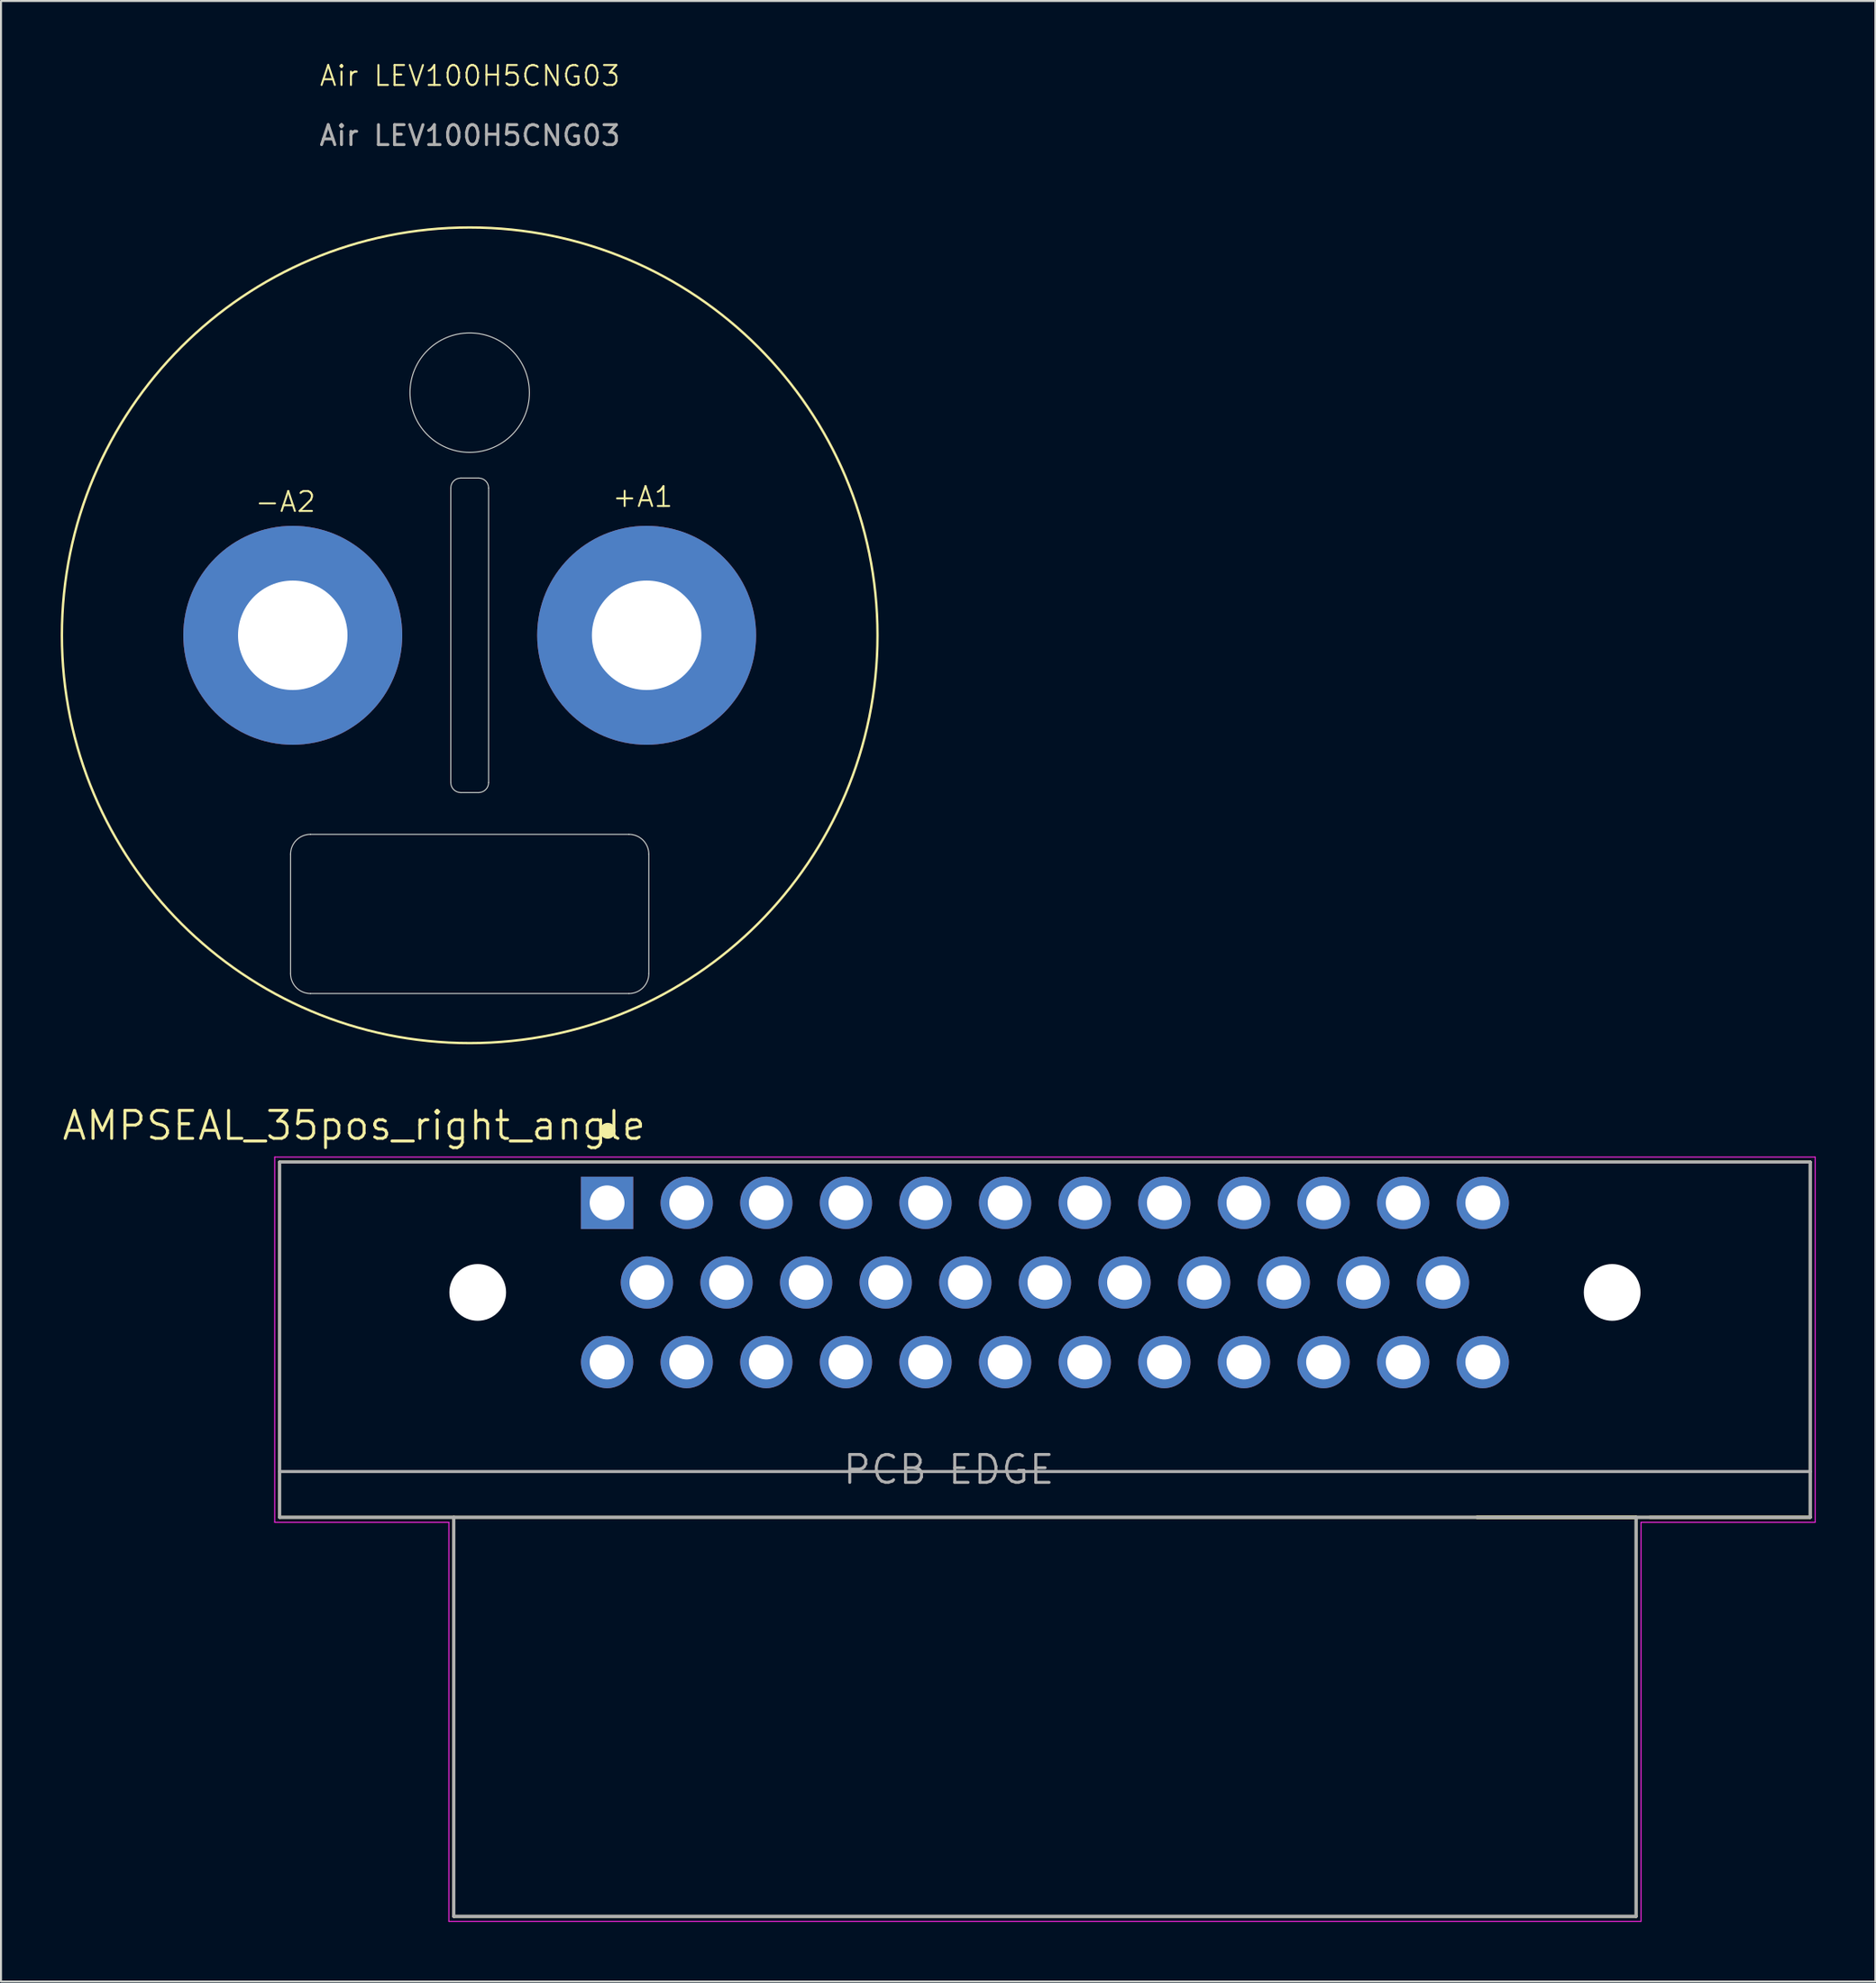
<source format=kicad_pcb>
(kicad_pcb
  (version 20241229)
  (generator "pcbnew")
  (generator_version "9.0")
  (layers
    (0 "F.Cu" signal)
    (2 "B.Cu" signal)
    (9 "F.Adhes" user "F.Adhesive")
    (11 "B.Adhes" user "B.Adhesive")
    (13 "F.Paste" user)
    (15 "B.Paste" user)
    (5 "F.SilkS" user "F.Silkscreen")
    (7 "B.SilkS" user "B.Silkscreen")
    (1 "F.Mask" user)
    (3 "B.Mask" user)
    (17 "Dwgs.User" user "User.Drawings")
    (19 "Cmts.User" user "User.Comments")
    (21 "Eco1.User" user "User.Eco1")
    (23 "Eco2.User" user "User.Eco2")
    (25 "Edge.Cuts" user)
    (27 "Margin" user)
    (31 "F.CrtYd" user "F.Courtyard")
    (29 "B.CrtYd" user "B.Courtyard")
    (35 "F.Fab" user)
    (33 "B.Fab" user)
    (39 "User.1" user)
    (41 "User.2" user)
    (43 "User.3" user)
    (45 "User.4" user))
  (footprint "Air LEV100H5CNG03"
    (layer "F.Cu")
    (at 20.55 28.87)
    (property "Reference" "Air LEV100H5CNG03" (at 0.01 -28.11 0) (unlocked yes) (layer "F.SilkS") (effects (font (size 1 1) (thickness 0.1))))
    (attr through_hole)
    (fp_circle (center 0 0) (end -0.002 -20.49) (stroke (width 0.12) (type default)) (fill no) (layer "F.SilkS"))
    (fp_line (start -9 17) (end -9 11) (stroke (width 0.05) (type default)) (layer "Edge.Cuts"))
    (fp_line (start -8 10) (end 8 10) (stroke (width 0.05) (type default)) (layer "Edge.Cuts"))
    (fp_line (start -0.95 -7.4) (end -0.95 7.4) (stroke (width 0.05) (type default)) (layer "Edge.Cuts"))
    (fp_line (start 0.45 -7.9) (end -0.45 -7.9) (stroke (width 0.05) (type default)) (layer "Edge.Cuts"))
    (fp_line (start 0.45 7.9) (end -0.45 7.9) (stroke (width 0.05) (type default)) (layer "Edge.Cuts"))
    (fp_line (start 0.95 7.4) (end 0.95 -7.4) (stroke (width 0.05) (type default)) (layer "Edge.Cuts"))
    (fp_line (start 8 18) (end -8 18) (stroke (width 0.05) (type default)) (layer "Edge.Cuts"))
    (fp_line (start 9 11) (end 9 17) (stroke (width 0.05) (type default)) (layer "Edge.Cuts"))
    (fp_arc (start -9 11) (mid -8.707107 10.292893) (end -8 10) (stroke (width 0.05) (type default)) (layer "Edge.Cuts"))
    (fp_arc (start -8 18) (mid -8.707107 17.707107) (end -9 17) (stroke (width 0.05) (type default)) (layer "Edge.Cuts"))
    (fp_arc (start -0.95 -7.4) (mid -0.803554 -7.753554) (end -0.45 -7.9) (stroke (width 0.05) (type default)) (layer "Edge.Cuts"))
    (fp_arc (start -0.45 7.9) (mid -0.803554 7.753554) (end -0.95 7.4) (stroke (width 0.05) (type default)) (layer "Edge.Cuts"))
    (fp_arc (start 0.45 -7.9) (mid 0.803554 -7.753554) (end 0.95 -7.4) (stroke (width 0.05) (type default)) (layer "Edge.Cuts"))
    (fp_arc (start 0.95 7.4) (mid 0.803554 7.753554) (end 0.45 7.9) (stroke (width 0.05) (type default)) (layer "Edge.Cuts"))
    (fp_arc (start 8 10) (mid 8.707107 10.292893) (end 9 11) (stroke (width 0.05) (type default)) (layer "Edge.Cuts"))
    (fp_arc (start 9 17) (mid 8.707107 17.707107) (end 8 18) (stroke (width 0.05) (type default)) (layer "Edge.Cuts"))
    (fp_circle (center 0 -12.192) (end 3 -12.192) (stroke (width 0.05) (type default)) (fill no) (layer "Edge.Cuts"))
    (fp_text user "-A2" (at -10.85 -6.12 0) (unlocked yes) (layer "F.SilkS") (effects (font (size 1 1) (thickness 0.1)) (justify left bottom)))
    (fp_text user "+A1" (at 7.1 -6.37 0) (unlocked yes) (layer "F.SilkS") (effects (font (size 1 1) (thickness 0.1)) (justify left bottom)))
    (fp_text user "${REFERENCE}" (at 0.01 -25.11 0) (unlocked yes) (layer "F.Fab") (effects (font (size 1 1) (thickness 0.15))))
    (pad "3" thru_hole circle (at 8.89 0) (size 11 11) (drill 5.5) (layers "*.Cu" "*.Mask") (remove_unused_layers yes) (keep_end_layers yes) (zone_layer_connections))
    (pad "4" thru_hole circle (at -8.89 0) (size 11 11) (drill 5.5) (layers "*.Cu" "*.Mask") (remove_unused_layers yes) (keep_end_layers yes) (zone_layer_connections)))
  (footprint "AMPSEAL_35pos_right_angle"
    (layer "F.Cu")
    (at 49.453 61.387)
    (property "Reference" "AMPSEAL_35pos_right_angle" (at -34.71 -7.883 0) (layer "F.SilkS") (effects (font (size 1.402 1.402) (thickness 0.15))))
    (attr through_hole)
    (fp_line (start -38.45 -6.05) (end -38.45 11.8) (stroke (width 0.152) (type solid)) (layer "F.SilkS"))
    (fp_line (start -38.45 11.8) (end 38.45 11.8) (stroke (width 0.152) (type solid)) (layer "F.SilkS"))
    (fp_line (start -29.7 11.8) (end -29.7 31.85) (stroke (width 0.152) (type solid)) (layer "F.SilkS"))
    (fp_line (start -29.7 31.85) (end 29.7 31.85) (stroke (width 0.152) (type solid)) (layer "F.SilkS"))
    (fp_line (start 29.7 11.799) (end 21.704 11.799) (stroke (width 0.152) (type solid)) (layer "F.SilkS"))
    (fp_line (start 29.7 11.8) (end 21.698 11.8) (stroke (width 0.152) (type solid)) (layer "F.SilkS"))
    (fp_line (start 29.7 11.8) (end 29.7 11.799) (stroke (width 0.152) (type solid)) (layer "F.SilkS"))
    (fp_line (start 29.7 31.85) (end 29.7 11.8) (stroke (width 0.152) (type solid)) (layer "F.SilkS"))
    (fp_line (start 38.45 -6.05) (end -38.45 -6.05) (stroke (width 0.152) (type solid)) (layer "F.SilkS"))
    (fp_line (start 38.45 -6.05) (end 38.45 11.8) (stroke (width 0.152) (type solid)) (layer "F.SilkS"))
    (fp_line (start 38.45 11.8) (end 30.398 11.799) (stroke (width 0.152) (type solid)) (layer "F.SilkS"))
    (fp_circle (center -21.97 -7.62) (end -21.77 -7.62) (stroke (width 0.4) (type solid)) (fill no) (layer "F.SilkS"))
    (fp_line (start -38.7 -6.3) (end -38.7 12.05) (stroke (width 0.05) (type solid)) (layer "F.CrtYd"))
    (fp_line (start -38.7 12.05) (end -29.95 12.05) (stroke (width 0.05) (type solid)) (layer "F.CrtYd"))
    (fp_line (start -29.95 12.05) (end -29.95 32.1) (stroke (width 0.05) (type solid)) (layer "F.CrtYd"))
    (fp_line (start -29.95 32.1) (end 29.95 32.1) (stroke (width 0.05) (type solid)) (layer "F.CrtYd"))
    (fp_line (start 29.95 12.05) (end 38.7 12.05) (stroke (width 0.05) (type solid)) (layer "F.CrtYd"))
    (fp_line (start 29.95 32.1) (end 29.95 12.05) (stroke (width 0.05) (type solid)) (layer "F.CrtYd"))
    (fp_line (start 38.7 -6.3) (end -38.7 -6.3) (stroke (width 0.05) (type solid)) (layer "F.CrtYd"))
    (fp_line (start 38.7 12.05) (end 38.7 -6.3) (stroke (width 0.05) (type solid)) (layer "F.CrtYd"))
    (fp_line (start -38.45 -6.05) (end -38.45 9.5) (stroke (width 0.152) (type solid)) (layer "F.Fab"))
    (fp_line (start -38.45 9.5) (end -38.45 11.8) (stroke (width 0.152) (type solid)) (layer "F.Fab"))
    (fp_line (start -38.45 9.5) (end 38.45 9.5) (stroke (width 0.152) (type solid)) (layer "F.Fab"))
    (fp_line (start -38.45 11.8) (end -29.7 11.8) (stroke (width 0.152) (type solid)) (layer "F.Fab"))
    (fp_line (start -29.7 11.8) (end -29.7 31.85) (stroke (width 0.152) (type solid)) (layer "F.Fab"))
    (fp_line (start -29.7 11.8) (end 29.7 11.8) (stroke (width 0.152) (type solid)) (layer "F.Fab"))
    (fp_line (start -29.7 31.85) (end 29.7 31.85) (stroke (width 0.152) (type solid)) (layer "F.Fab"))
    (fp_line (start 29.7 11.8) (end 38.45 11.8) (stroke (width 0.152) (type solid)) (layer "F.Fab"))
    (fp_line (start 29.7 31.85) (end 29.7 11.8) (stroke (width 0.152) (type solid)) (layer "F.Fab"))
    (fp_line (start 38.45 -6.05) (end -38.45 -6.05) (stroke (width 0.152) (type solid)) (layer "F.Fab"))
    (fp_line (start 38.45 9.5) (end 38.45 -6.05) (stroke (width 0.152) (type solid)) (layer "F.Fab"))
    (fp_line (start 38.45 11.8) (end 38.45 9.5) (stroke (width 0.152) (type solid)) (layer "F.Fab"))
    (fp_text user "PCB EDGE" (at -4.833 9.403 0) (layer "F.Fab") (effects (font (size 1.402 1.402) (thickness 0.15))))
    (pad "" np_thru_hole circle (at -28.5 0.5) (size 2.85 2.85) (drill 2.85) (layers "*.Cu" "*.Mask"))
    (pad "" np_thru_hole circle (at 28.5 0.5) (size 2.85 2.85) (drill 2.85) (layers "*.Cu" "*.Mask"))
    (pad "1" thru_hole rect (at -22 -4) (size 2.625 2.625) (drill 1.75) (layers "*.Cu" "*.Mask"))
    (pad "2" thru_hole circle (at -18 -4) (size 2.625 2.625) (drill 1.75) (layers "*.Cu" "*.Mask"))
    (pad "3" thru_hole circle (at -14 -4) (size 2.625 2.625) (drill 1.75) (layers "*.Cu" "*.Mask"))
    (pad "4" thru_hole circle (at -10 -4) (size 2.625 2.625) (drill 1.75) (layers "*.Cu" "*.Mask"))
    (pad "5" thru_hole circle (at -6 -4) (size 2.625 2.625) (drill 1.75) (layers "*.Cu" "*.Mask"))
    (pad "6" thru_hole circle (at -2 -4) (size 2.625 2.625) (drill 1.75) (layers "*.Cu" "*.Mask"))
    (pad "7" thru_hole circle (at 2 -4) (size 2.625 2.625) (drill 1.75) (layers "*.Cu" "*.Mask"))
    (pad "8" thru_hole circle (at 6 -4) (size 2.625 2.625) (drill 1.75) (layers "*.Cu" "*.Mask"))
    (pad "9" thru_hole circle (at 10 -4) (size 2.625 2.625) (drill 1.75) (layers "*.Cu" "*.Mask"))
    (pad "10" thru_hole circle (at 14 -4) (size 2.625 2.625) (drill 1.75) (layers "*.Cu" "*.Mask"))
    (pad "11" thru_hole circle (at 18 -4) (size 2.625 2.625) (drill 1.75) (layers "*.Cu" "*.Mask"))
    (pad "12" thru_hole circle (at 22 -4) (size 2.625 2.625) (drill 1.75) (layers "*.Cu" "*.Mask"))
    (pad "13" thru_hole circle (at -20 0) (size 2.625 2.625) (drill 1.75) (layers "*.Cu" "*.Mask"))
    (pad "14" thru_hole circle (at -16 0) (size 2.625 2.625) (drill 1.75) (layers "*.Cu" "*.Mask"))
    (pad "15" thru_hole circle (at -12 0) (size 2.625 2.625) (drill 1.75) (layers "*.Cu" "*.Mask"))
    (pad "16" thru_hole circle (at -8 0) (size 2.625 2.625) (drill 1.75) (layers "*.Cu" "*.Mask"))
    (pad "17" thru_hole circle (at -4 0) (size 2.625 2.625) (drill 1.75) (layers "*.Cu" "*.Mask"))
    (pad "18" thru_hole circle (at 0 0) (size 2.625 2.625) (drill 1.75) (layers "*.Cu" "*.Mask"))
    (pad "19" thru_hole circle (at 4 0) (size 2.625 2.625) (drill 1.75) (layers "*.Cu" "*.Mask"))
    (pad "20" thru_hole circle (at 8 0) (size 2.625 2.625) (drill 1.75) (layers "*.Cu" "*.Mask"))
    (pad "21" thru_hole circle (at 12 0) (size 2.625 2.625) (drill 1.75) (layers "*.Cu" "*.Mask"))
    (pad "22" thru_hole circle (at 16 0) (size 2.625 2.625) (drill 1.75) (layers "*.Cu" "*.Mask"))
    (pad "23" thru_hole circle (at 20 0) (size 2.625 2.625) (drill 1.75) (layers "*.Cu" "*.Mask"))
    (pad "24" thru_hole circle (at -22 4) (size 2.625 2.625) (drill 1.75) (layers "*.Cu" "*.Mask"))
    (pad "25" thru_hole circle (at -18 4) (size 2.625 2.625) (drill 1.75) (layers "*.Cu" "*.Mask"))
    (pad "26" thru_hole circle (at -14 4) (size 2.625 2.625) (drill 1.75) (layers "*.Cu" "*.Mask"))
    (pad "27" thru_hole circle (at -10 4) (size 2.625 2.625) (drill 1.75) (layers "*.Cu" "*.Mask"))
    (pad "28" thru_hole circle (at -6 4) (size 2.625 2.625) (drill 1.75) (layers "*.Cu" "*.Mask"))
    (pad "29" thru_hole circle (at -2 4) (size 2.625 2.625) (drill 1.75) (layers "*.Cu" "*.Mask"))
    (pad "30" thru_hole circle (at 2 4) (size 2.625 2.625) (drill 1.75) (layers "*.Cu" "*.Mask"))
    (pad "31" thru_hole circle (at 6 4) (size 2.625 2.625) (drill 1.75) (layers "*.Cu" "*.Mask"))
    (pad "32" thru_hole circle (at 10 4) (size 2.625 2.625) (drill 1.75) (layers "*.Cu" "*.Mask"))
    (pad "33" thru_hole circle (at 14 4) (size 2.625 2.625) (drill 1.75) (layers "*.Cu" "*.Mask"))
    (pad "34" thru_hole circle (at 18 4) (size 2.625 2.625) (drill 1.75) (layers "*.Cu" "*.Mask"))
    (pad "35" thru_hole circle (at 22 4) (size 2.625 2.625) (drill 1.75) (layers "*.Cu" "*.Mask")))
  (gr_rect
    (start -3 -3)
    (end 91.178 96.512)
    (stroke (width 0.1) (type default))
    (fill no)
    (layer "Edge.Cuts")))
</source>
